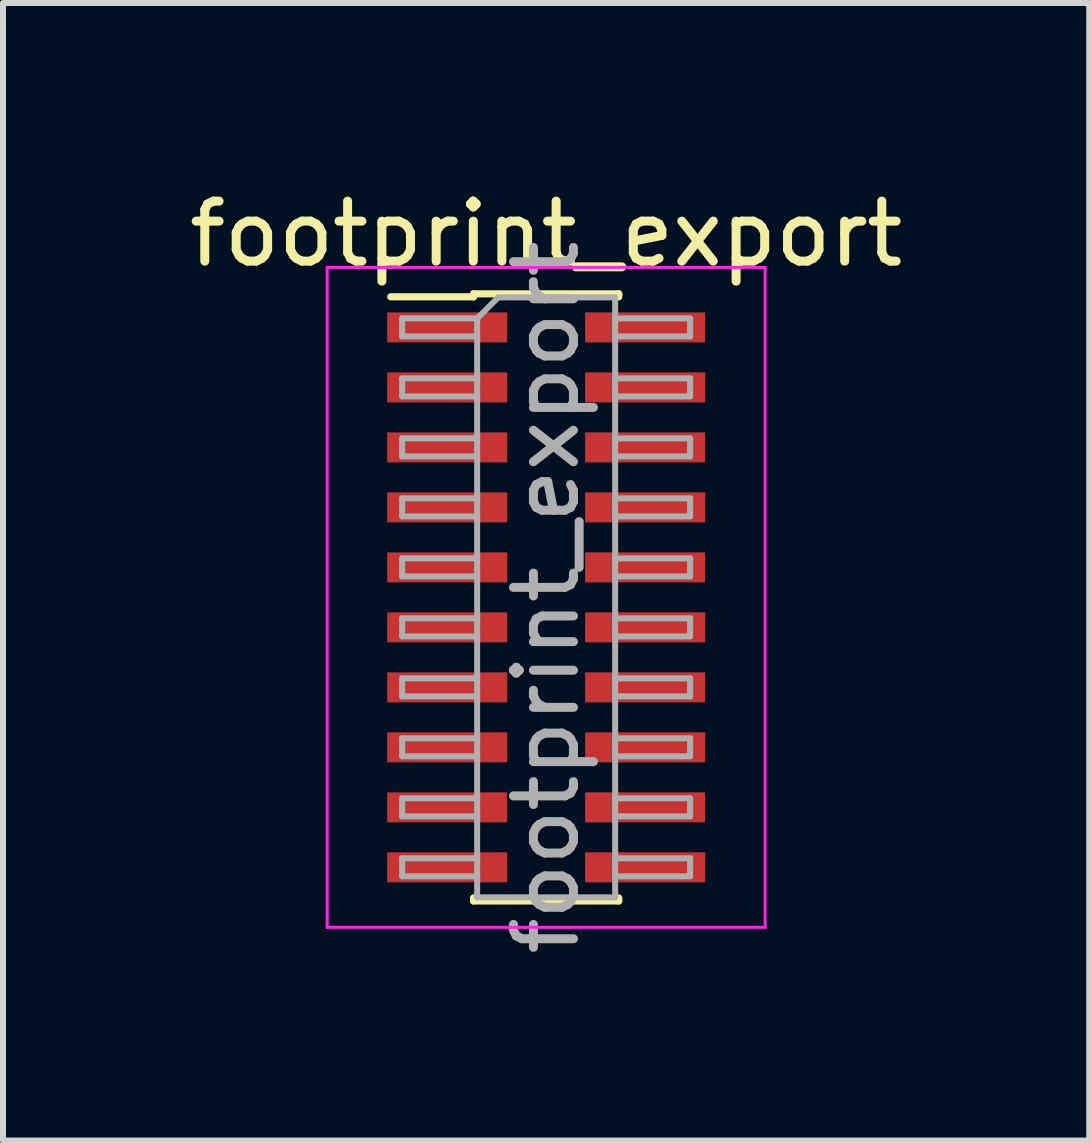
<source format=kicad_pcb>
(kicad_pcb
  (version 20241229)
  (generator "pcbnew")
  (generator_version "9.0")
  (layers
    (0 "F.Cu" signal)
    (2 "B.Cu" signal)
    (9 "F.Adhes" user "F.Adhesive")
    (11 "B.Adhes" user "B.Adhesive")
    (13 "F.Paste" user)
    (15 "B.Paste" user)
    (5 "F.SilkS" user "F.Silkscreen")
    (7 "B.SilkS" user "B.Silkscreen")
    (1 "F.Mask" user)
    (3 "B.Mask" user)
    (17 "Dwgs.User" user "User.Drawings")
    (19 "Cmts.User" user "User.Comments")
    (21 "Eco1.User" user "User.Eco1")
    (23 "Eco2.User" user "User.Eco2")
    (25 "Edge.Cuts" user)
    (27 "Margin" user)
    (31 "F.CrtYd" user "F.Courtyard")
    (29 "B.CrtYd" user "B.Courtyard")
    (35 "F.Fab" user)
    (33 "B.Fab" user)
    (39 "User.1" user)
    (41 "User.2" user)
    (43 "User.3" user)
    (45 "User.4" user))
  (footprint "footprint_export"
    (layer "F.Cu")
    (at 6.054 6.908)
    (property "Reference" "footprint_export" (at 0 -6.06 0) (layer "F.SilkS") (effects (font (size 1 1) (thickness 0.15))))
    (attr smd)
    (fp_line (start -2.59 -5.01) (end -1.21 -5.01) (stroke (width 0.12) (type solid)) (layer "F.SilkS"))
    (fp_line (start -1.21 -5.06) (end -1.21 -5.01) (stroke (width 0.12) (type solid)) (layer "F.SilkS"))
    (fp_line (start -1.21 -5.06) (end 1.21 -5.06) (stroke (width 0.12) (type solid)) (layer "F.SilkS"))
    (fp_line (start -1.21 5.01) (end -1.21 5.06) (stroke (width 0.12) (type solid)) (layer "F.SilkS"))
    (fp_line (start -1.21 5.06) (end 1.21 5.06) (stroke (width 0.12) (type solid)) (layer "F.SilkS"))
    (fp_line (start 1.21 -5.06) (end 1.21 -5.01) (stroke (width 0.12) (type solid)) (layer "F.SilkS"))
    (fp_line (start 1.21 5.01) (end 1.21 5.06) (stroke (width 0.12) (type solid)) (layer "F.SilkS"))
    (fp_line (start -3.65 -5.5) (end -3.65 5.5) (stroke (width 0.05) (type solid)) (layer "F.CrtYd"))
    (fp_line (start -3.65 5.5) (end 3.65 5.5) (stroke (width 0.05) (type solid)) (layer "F.CrtYd"))
    (fp_line (start 3.65 -5.5) (end -3.65 -5.5) (stroke (width 0.05) (type solid)) (layer "F.CrtYd"))
    (fp_line (start 3.65 5.5) (end 3.65 -5.5) (stroke (width 0.05) (type solid)) (layer "F.CrtYd"))
    (fp_line (start -2.4 -4.65) (end -2.4 -4.35) (stroke (width 0.1) (type solid)) (layer "F.Fab"))
    (fp_line (start -2.4 -4.35) (end -1.15 -4.35) (stroke (width 0.1) (type solid)) (layer "F.Fab"))
    (fp_line (start -2.4 -3.65) (end -2.4 -3.35) (stroke (width 0.1) (type solid)) (layer "F.Fab"))
    (fp_line (start -2.4 -3.35) (end -1.15 -3.35) (stroke (width 0.1) (type solid)) (layer "F.Fab"))
    (fp_line (start -2.4 -2.65) (end -2.4 -2.35) (stroke (width 0.1) (type solid)) (layer "F.Fab"))
    (fp_line (start -2.4 -2.35) (end -1.15 -2.35) (stroke (width 0.1) (type solid)) (layer "F.Fab"))
    (fp_line (start -2.4 -1.65) (end -2.4 -1.35) (stroke (width 0.1) (type solid)) (layer "F.Fab"))
    (fp_line (start -2.4 -1.35) (end -1.15 -1.35) (stroke (width 0.1) (type solid)) (layer "F.Fab"))
    (fp_line (start -2.4 -0.65) (end -2.4 -0.35) (stroke (width 0.1) (type solid)) (layer "F.Fab"))
    (fp_line (start -2.4 -0.35) (end -1.15 -0.35) (stroke (width 0.1) (type solid)) (layer "F.Fab"))
    (fp_line (start -2.4 0.35) (end -2.4 0.65) (stroke (width 0.1) (type solid)) (layer "F.Fab"))
    (fp_line (start -2.4 0.65) (end -1.15 0.65) (stroke (width 0.1) (type solid)) (layer "F.Fab"))
    (fp_line (start -2.4 1.35) (end -2.4 1.65) (stroke (width 0.1) (type solid)) (layer "F.Fab"))
    (fp_line (start -2.4 1.65) (end -1.15 1.65) (stroke (width 0.1) (type solid)) (layer "F.Fab"))
    (fp_line (start -2.4 2.35) (end -2.4 2.65) (stroke (width 0.1) (type solid)) (layer "F.Fab"))
    (fp_line (start -2.4 2.65) (end -1.15 2.65) (stroke (width 0.1) (type solid)) (layer "F.Fab"))
    (fp_line (start -2.4 3.35) (end -2.4 3.65) (stroke (width 0.1) (type solid)) (layer "F.Fab"))
    (fp_line (start -2.4 3.65) (end -1.15 3.65) (stroke (width 0.1) (type solid)) (layer "F.Fab"))
    (fp_line (start -2.4 4.35) (end -2.4 4.65) (stroke (width 0.1) (type solid)) (layer "F.Fab"))
    (fp_line (start -2.4 4.65) (end -1.15 4.65) (stroke (width 0.1) (type solid)) (layer "F.Fab"))
    (fp_line (start -1.15 -4.65) (end -2.4 -4.65) (stroke (width 0.1) (type solid)) (layer "F.Fab"))
    (fp_line (start -1.15 -4.65) (end -0.8 -5) (stroke (width 0.1) (type solid)) (layer "F.Fab"))
    (fp_line (start -1.15 -3.65) (end -2.4 -3.65) (stroke (width 0.1) (type solid)) (layer "F.Fab"))
    (fp_line (start -1.15 -2.65) (end -2.4 -2.65) (stroke (width 0.1) (type solid)) (layer "F.Fab"))
    (fp_line (start -1.15 -1.65) (end -2.4 -1.65) (stroke (width 0.1) (type solid)) (layer "F.Fab"))
    (fp_line (start -1.15 -0.65) (end -2.4 -0.65) (stroke (width 0.1) (type solid)) (layer "F.Fab"))
    (fp_line (start -1.15 0.35) (end -2.4 0.35) (stroke (width 0.1) (type solid)) (layer "F.Fab"))
    (fp_line (start -1.15 1.35) (end -2.4 1.35) (stroke (width 0.1) (type solid)) (layer "F.Fab"))
    (fp_line (start -1.15 2.35) (end -2.4 2.35) (stroke (width 0.1) (type solid)) (layer "F.Fab"))
    (fp_line (start -1.15 3.35) (end -2.4 3.35) (stroke (width 0.1) (type solid)) (layer "F.Fab"))
    (fp_line (start -1.15 4.35) (end -2.4 4.35) (stroke (width 0.1) (type solid)) (layer "F.Fab"))
    (fp_line (start -1.15 5) (end -1.15 -4.65) (stroke (width 0.1) (type solid)) (layer "F.Fab"))
    (fp_line (start -0.8 -5) (end 1.15 -5) (stroke (width 0.1) (type solid)) (layer "F.Fab"))
    (fp_line (start 1.15 -5) (end 1.15 5) (stroke (width 0.1) (type solid)) (layer "F.Fab"))
    (fp_line (start 1.15 -4.65) (end 2.4 -4.65) (stroke (width 0.1) (type solid)) (layer "F.Fab"))
    (fp_line (start 1.15 -3.65) (end 2.4 -3.65) (stroke (width 0.1) (type solid)) (layer "F.Fab"))
    (fp_line (start 1.15 -2.65) (end 2.4 -2.65) (stroke (width 0.1) (type solid)) (layer "F.Fab"))
    (fp_line (start 1.15 -1.65) (end 2.4 -1.65) (stroke (width 0.1) (type solid)) (layer "F.Fab"))
    (fp_line (start 1.15 -0.65) (end 2.4 -0.65) (stroke (width 0.1) (type solid)) (layer "F.Fab"))
    (fp_line (start 1.15 0.35) (end 2.4 0.35) (stroke (width 0.1) (type solid)) (layer "F.Fab"))
    (fp_line (start 1.15 1.35) (end 2.4 1.35) (stroke (width 0.1) (type solid)) (layer "F.Fab"))
    (fp_line (start 1.15 2.35) (end 2.4 2.35) (stroke (width 0.1) (type solid)) (layer "F.Fab"))
    (fp_line (start 1.15 3.35) (end 2.4 3.35) (stroke (width 0.1) (type solid)) (layer "F.Fab"))
    (fp_line (start 1.15 4.35) (end 2.4 4.35) (stroke (width 0.1) (type solid)) (layer "F.Fab"))
    (fp_line (start 1.15 5) (end -1.15 5) (stroke (width 0.1) (type solid)) (layer "F.Fab"))
    (fp_line (start 2.4 -4.65) (end 2.4 -4.35) (stroke (width 0.1) (type solid)) (layer "F.Fab"))
    (fp_line (start 2.4 -4.35) (end 1.15 -4.35) (stroke (width 0.1) (type solid)) (layer "F.Fab"))
    (fp_line (start 2.4 -3.65) (end 2.4 -3.35) (stroke (width 0.1) (type solid)) (layer "F.Fab"))
    (fp_line (start 2.4 -3.35) (end 1.15 -3.35) (stroke (width 0.1) (type solid)) (layer "F.Fab"))
    (fp_line (start 2.4 -2.65) (end 2.4 -2.35) (stroke (width 0.1) (type solid)) (layer "F.Fab"))
    (fp_line (start 2.4 -2.35) (end 1.15 -2.35) (stroke (width 0.1) (type solid)) (layer "F.Fab"))
    (fp_line (start 2.4 -1.65) (end 2.4 -1.35) (stroke (width 0.1) (type solid)) (layer "F.Fab"))
    (fp_line (start 2.4 -1.35) (end 1.15 -1.35) (stroke (width 0.1) (type solid)) (layer "F.Fab"))
    (fp_line (start 2.4 -0.65) (end 2.4 -0.35) (stroke (width 0.1) (type solid)) (layer "F.Fab"))
    (fp_line (start 2.4 -0.35) (end 1.15 -0.35) (stroke (width 0.1) (type solid)) (layer "F.Fab"))
    (fp_line (start 2.4 0.35) (end 2.4 0.65) (stroke (width 0.1) (type solid)) (layer "F.Fab"))
    (fp_line (start 2.4 0.65) (end 1.15 0.65) (stroke (width 0.1) (type solid)) (layer "F.Fab"))
    (fp_line (start 2.4 1.35) (end 2.4 1.65) (stroke (width 0.1) (type solid)) (layer "F.Fab"))
    (fp_line (start 2.4 1.65) (end 1.15 1.65) (stroke (width 0.1) (type solid)) (layer "F.Fab"))
    (fp_line (start 2.4 2.35) (end 2.4 2.65) (stroke (width 0.1) (type solid)) (layer "F.Fab"))
    (fp_line (start 2.4 2.65) (end 1.15 2.65) (stroke (width 0.1) (type solid)) (layer "F.Fab"))
    (fp_line (start 2.4 3.35) (end 2.4 3.65) (stroke (width 0.1) (type solid)) (layer "F.Fab"))
    (fp_line (start 2.4 3.65) (end 1.15 3.65) (stroke (width 0.1) (type solid)) (layer "F.Fab"))
    (fp_line (start 2.4 4.35) (end 2.4 4.65) (stroke (width 0.1) (type solid)) (layer "F.Fab"))
    (fp_line (start 2.4 4.65) (end 1.15 4.65) (stroke (width 0.1) (type solid)) (layer "F.Fab"))
    (fp_text user "${REFERENCE}" (at 0 0 90) (layer "F.Fab") (effects (font (size 1 1) (thickness 0.15))))
    (pad "1" smd rect (at -1.65 -4.5) (size 2 0.5) (layers "F.Cu" "F.Mask" "F.Paste"))
    (pad "2" smd rect (at 1.65 -4.5) (size 2 0.5) (layers "F.Cu" "F.Mask" "F.Paste"))
    (pad "3" smd rect (at -1.65 -3.5) (size 2 0.5) (layers "F.Cu" "F.Mask" "F.Paste"))
    (pad "4" smd rect (at 1.65 -3.5) (size 2 0.5) (layers "F.Cu" "F.Mask" "F.Paste"))
    (pad "5" smd rect (at -1.65 -2.5) (size 2 0.5) (layers "F.Cu" "F.Mask" "F.Paste"))
    (pad "6" smd rect (at 1.65 -2.5) (size 2 0.5) (layers "F.Cu" "F.Mask" "F.Paste"))
    (pad "7" smd rect (at -1.65 -1.5) (size 2 0.5) (layers "F.Cu" "F.Mask" "F.Paste"))
    (pad "8" smd rect (at 1.65 -1.5) (size 2 0.5) (layers "F.Cu" "F.Mask" "F.Paste"))
    (pad "9" smd rect (at -1.65 -0.5) (size 2 0.5) (layers "F.Cu" "F.Mask" "F.Paste"))
    (pad "10" smd rect (at 1.65 -0.5) (size 2 0.5) (layers "F.Cu" "F.Mask" "F.Paste"))
    (pad "11" smd rect (at -1.65 0.5) (size 2 0.5) (layers "F.Cu" "F.Mask" "F.Paste"))
    (pad "12" smd rect (at 1.65 0.5) (size 2 0.5) (layers "F.Cu" "F.Mask" "F.Paste"))
    (pad "13" smd rect (at -1.65 1.5) (size 2 0.5) (layers "F.Cu" "F.Mask" "F.Paste"))
    (pad "14" smd rect (at 1.65 1.5) (size 2 0.5) (layers "F.Cu" "F.Mask" "F.Paste"))
    (pad "15" smd rect (at -1.65 2.5) (size 2 0.5) (layers "F.Cu" "F.Mask" "F.Paste"))
    (pad "16" smd rect (at 1.65 2.5) (size 2 0.5) (layers "F.Cu" "F.Mask" "F.Paste"))
    (pad "17" smd rect (at -1.65 3.5) (size 2 0.5) (layers "F.Cu" "F.Mask" "F.Paste"))
    (pad "18" smd rect (at 1.65 3.5) (size 2 0.5) (layers "F.Cu" "F.Mask" "F.Paste"))
    (pad "19" smd rect (at -1.65 4.5) (size 2 0.5) (layers "F.Cu" "F.Mask" "F.Paste"))
    (pad "20" smd rect (at 1.65 4.5) (size 2 0.5) (layers "F.Cu" "F.Mask" "F.Paste")))
  (gr_rect
    (start -3 -3)
    (end 15.107 15.962)
    (stroke (width 0.1) (type default))
    (fill no)
    (layer "Edge.Cuts")))
</source>
